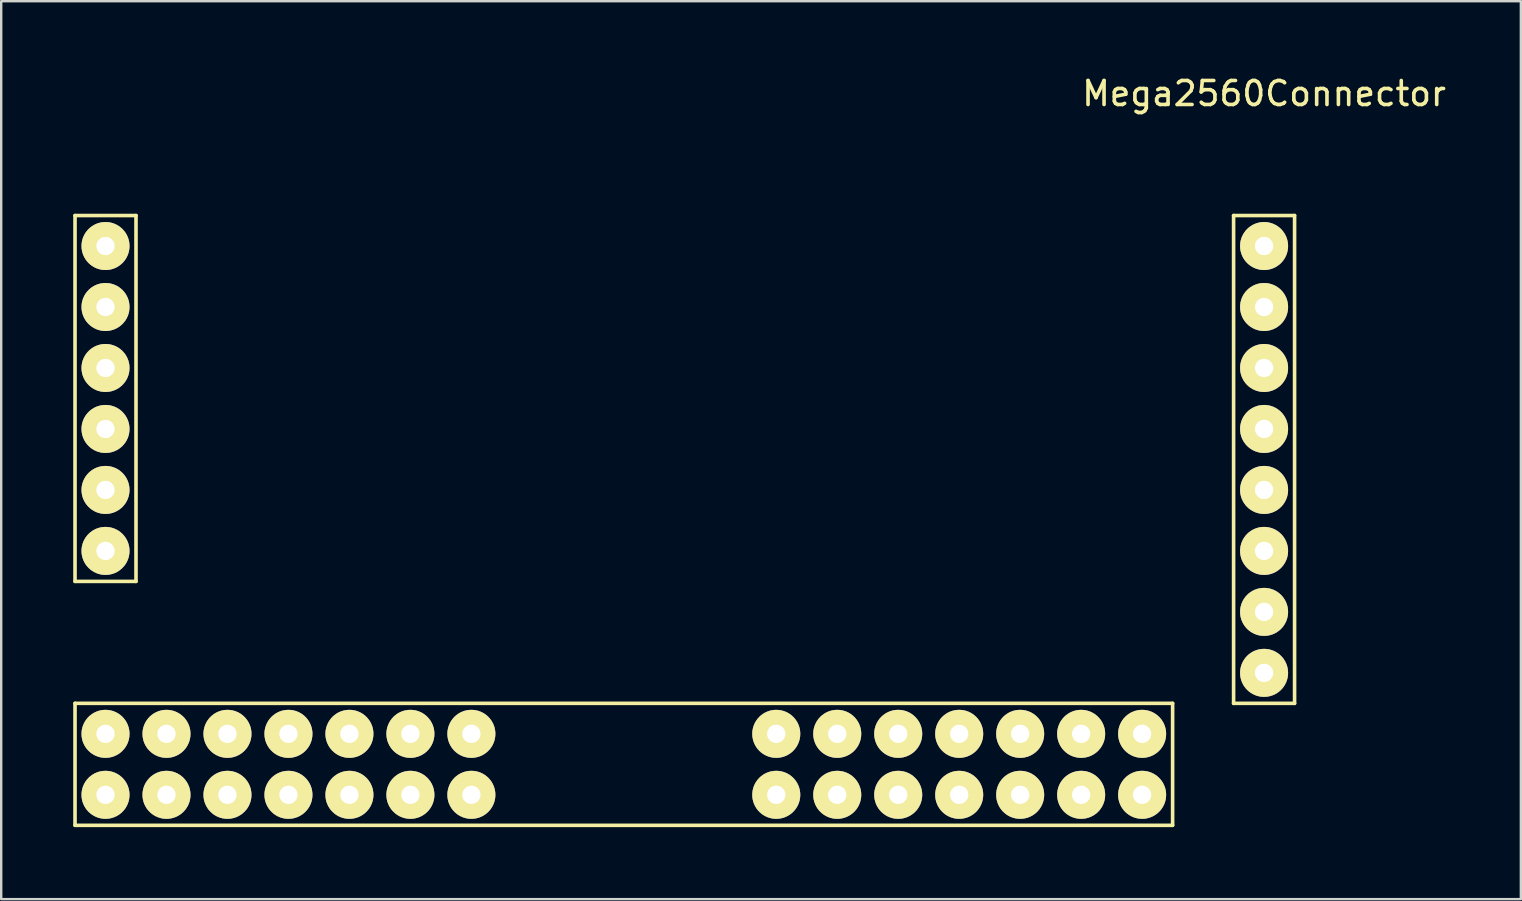
<source format=kicad_pcb>
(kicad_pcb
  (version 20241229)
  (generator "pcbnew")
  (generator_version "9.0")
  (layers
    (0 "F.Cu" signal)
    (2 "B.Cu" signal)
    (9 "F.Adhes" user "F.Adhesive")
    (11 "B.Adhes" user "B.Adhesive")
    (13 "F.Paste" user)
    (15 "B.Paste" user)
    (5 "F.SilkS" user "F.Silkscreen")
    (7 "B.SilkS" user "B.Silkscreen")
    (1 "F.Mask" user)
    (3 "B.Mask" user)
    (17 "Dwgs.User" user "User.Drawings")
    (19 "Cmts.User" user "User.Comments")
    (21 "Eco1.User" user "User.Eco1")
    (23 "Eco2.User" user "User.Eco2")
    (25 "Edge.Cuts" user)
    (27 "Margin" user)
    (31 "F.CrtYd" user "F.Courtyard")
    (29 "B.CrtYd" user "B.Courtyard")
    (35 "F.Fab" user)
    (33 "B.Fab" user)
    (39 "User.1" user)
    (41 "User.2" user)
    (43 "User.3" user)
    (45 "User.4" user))
  (footprint "Mega2560Connector"
    (layer "F.Cu")
    (at 35.635 19.898)
    (property "Reference" "Mega2560Connector" (at 13.97 -19.05 0) (layer "F.SilkS") (effects (font (size 1 1) (thickness 0.15))))
    (attr through_hole)
    (fp_line (start -35.56 -13.97) (end -35.56 1.27) (stroke (width 0.15) (type solid)) (layer "F.SilkS"))
    (fp_line (start -35.56 6.35) (end 10.16 6.35) (stroke (width 0.15) (type solid)) (layer "F.SilkS"))
    (fp_line (start -35.56 11.43) (end -35.56 6.35) (stroke (width 0.15) (type solid)) (layer "F.SilkS"))
    (fp_line (start -33.02 -13.97) (end -35.56 -13.97) (stroke (width 0.15) (type solid)) (layer "F.SilkS"))
    (fp_line (start -33.02 1.27) (end -35.56 1.27) (stroke (width 0.15) (type solid)) (layer "F.SilkS"))
    (fp_line (start -33.02 1.27) (end -33.02 -13.97) (stroke (width 0.15) (type solid)) (layer "F.SilkS"))
    (fp_line (start 10.16 6.35) (end 10.16 11.43) (stroke (width 0.15) (type solid)) (layer "F.SilkS"))
    (fp_line (start 10.16 11.43) (end -35.56 11.43) (stroke (width 0.15) (type solid)) (layer "F.SilkS"))
    (fp_line (start 12.7 -13.97) (end 15.24 -13.97) (stroke (width 0.15) (type solid)) (layer "F.SilkS"))
    (fp_line (start 12.7 6.35) (end 12.7 -13.97) (stroke (width 0.15) (type solid)) (layer "F.SilkS"))
    (fp_line (start 15.24 -13.97) (end 15.24 6.35) (stroke (width 0.15) (type solid)) (layer "F.SilkS"))
    (fp_line (start 15.24 6.35) (end 12.7 6.35) (stroke (width 0.15) (type solid)) (layer "F.SilkS"))
    (pad "5v" thru_hole circle (at -34.29 7.62 180) (size 2 2) (drill 0.762) (layers "*.Cu" "*.Mask" "F.SilkS"))
    (pad "5v" thru_hole circle (at -34.29 10.16 180) (size 2 2) (drill 0.762) (layers "*.Cu" "*.Mask" "F.SilkS"))
    (pad "16" thru_hole circle (at -34.29 -12.7 180) (size 2 2) (drill 0.762) (layers "*.Cu" "*.Mask" "F.SilkS"))
    (pad "17" thru_hole circle (at -34.29 -10.16 180) (size 2 2) (drill 0.762) (layers "*.Cu" "*.Mask" "F.SilkS"))
    (pad "18" thru_hole circle (at -34.29 -7.62 180) (size 2 2) (drill 0.762) (layers "*.Cu" "*.Mask" "F.SilkS"))
    (pad "19" thru_hole circle (at -34.29 -5.08 180) (size 2 2) (drill 0.762) (layers "*.Cu" "*.Mask" "F.SilkS"))
    (pad "20" thru_hole circle (at -34.29 -2.54 180) (size 2 2) (drill 0.762) (layers "*.Cu" "*.Mask" "F.SilkS"))
    (pad "21" thru_hole circle (at -34.29 0 180) (size 2 2) (drill 0.762) (layers "*.Cu" "*.Mask" "F.SilkS"))
    (pad "22" thru_hole circle (at -31.75 7.62 180) (size 2 2) (drill 0.762) (layers "*.Cu" "*.Mask" "F.SilkS"))
    (pad "23" thru_hole circle (at -31.75 10.16 180) (size 2 2) (drill 0.762) (layers "*.Cu" "*.Mask" "F.SilkS"))
    (pad "24" thru_hole circle (at -29.21 7.62 180) (size 2 2) (drill 0.762) (layers "*.Cu" "*.Mask" "F.SilkS"))
    (pad "25" thru_hole circle (at -29.21 10.16 180) (size 2 2) (drill 0.762) (layers "*.Cu" "*.Mask" "F.SilkS"))
    (pad "26" thru_hole circle (at -26.67 7.62 180) (size 2 2) (drill 0.762) (layers "*.Cu" "*.Mask" "F.SilkS"))
    (pad "27" thru_hole circle (at -26.67 10.16 180) (size 2 2) (drill 0.762) (layers "*.Cu" "*.Mask" "F.SilkS"))
    (pad "28" thru_hole circle (at -24.13 7.62 180) (size 2 2) (drill 0.762) (layers "*.Cu" "*.Mask" "F.SilkS"))
    (pad "29" thru_hole circle (at -24.13 10.16 180) (size 2 2) (drill 0.762) (layers "*.Cu" "*.Mask" "F.SilkS"))
    (pad "30" thru_hole circle (at -21.59 7.62 180) (size 2 2) (drill 0.762) (layers "*.Cu" "*.Mask" "F.SilkS"))
    (pad "31" thru_hole circle (at -21.59 10.16 180) (size 2 2) (drill 0.762) (layers "*.Cu" "*.Mask" "F.SilkS"))
    (pad "32" thru_hole circle (at -19.05 7.62 180) (size 2 2) (drill 0.762) (layers "*.Cu" "*.Mask" "F.SilkS"))
    (pad "33" thru_hole circle (at -19.05 10.16 180) (size 2 2) (drill 0.762) (layers "*.Cu" "*.Mask" "F.SilkS"))
    (pad "42" thru_hole circle (at -6.35 7.62 180) (size 2 2) (drill 0.762) (layers "*.Cu" "*.Mask" "F.SilkS"))
    (pad "43" thru_hole circle (at -6.35 10.16 180) (size 2 2) (drill 0.762) (layers "*.Cu" "*.Mask" "F.SilkS"))
    (pad "44" thru_hole circle (at -3.81 7.62 180) (size 2 2) (drill 0.762) (layers "*.Cu" "*.Mask" "F.SilkS"))
    (pad "45" thru_hole circle (at -3.81 10.16 180) (size 2 2) (drill 0.762) (layers "*.Cu" "*.Mask" "F.SilkS"))
    (pad "46" thru_hole circle (at -1.27 7.62 180) (size 2 2) (drill 0.762) (layers "*.Cu" "*.Mask" "F.SilkS"))
    (pad "47" thru_hole circle (at -1.27 10.16 180) (size 2 2) (drill 0.762) (layers "*.Cu" "*.Mask" "F.SilkS"))
    (pad "48" thru_hole circle (at 1.27 7.62 180) (size 2 2) (drill 0.762) (layers "*.Cu" "*.Mask" "F.SilkS"))
    (pad "49" thru_hole circle (at 1.27 10.16 180) (size 2 2) (drill 0.762) (layers "*.Cu" "*.Mask" "F.SilkS"))
    (pad "50" thru_hole circle (at 3.81 7.62 180) (size 2 2) (drill 0.762) (layers "*.Cu" "*.Mask" "F.SilkS"))
    (pad "51" thru_hole circle (at 3.81 10.16 180) (size 2 2) (drill 0.762) (layers "*.Cu" "*.Mask" "F.SilkS"))
    (pad "52" thru_hole circle (at 6.35 7.62 180) (size 2 2) (drill 0.762) (layers "*.Cu" "*.Mask" "F.SilkS"))
    (pad "53" thru_hole circle (at 6.35 10.16 180) (size 2 2) (drill 0.762) (layers "*.Cu" "*.Mask" "F.SilkS"))
    (pad "A8" thru_hole circle (at 13.97 -12.7 180) (size 2 2) (drill 0.762) (layers "*.Cu" "*.Mask" "F.SilkS"))
    (pad "A9" thru_hole circle (at 13.97 -10.16 180) (size 2 2) (drill 0.762) (layers "*.Cu" "*.Mask" "F.SilkS"))
    (pad "A10" thru_hole circle (at 13.97 -7.62 180) (size 2 2) (drill 0.762) (layers "*.Cu" "*.Mask" "F.SilkS"))
    (pad "A11" thru_hole circle (at 13.97 -5.08 180) (size 2 2) (drill 0.762) (layers "*.Cu" "*.Mask" "F.SilkS"))
    (pad "A12" thru_hole circle (at 13.97 -2.54 180) (size 2 2) (drill 0.762) (layers "*.Cu" "*.Mask" "F.SilkS"))
    (pad "A13" thru_hole circle (at 13.97 0 180) (size 2 2) (drill 0.762) (layers "*.Cu" "*.Mask" "F.SilkS"))
    (pad "A14" thru_hole circle (at 13.97 2.54 180) (size 2 2) (drill 0.762) (layers "*.Cu" "*.Mask" "F.SilkS"))
    (pad "A15" thru_hole circle (at 13.97 5.08 180) (size 2 2) (drill 0.762) (layers "*.Cu" "*.Mask" "F.SilkS"))
    (pad "GND" thru_hole circle (at 8.89 7.62 180) (size 2 2) (drill 0.762) (layers "*.Cu" "*.Mask" "F.SilkS"))
    (pad "GND" thru_hole circle (at 8.89 10.16 180) (size 2 2) (drill 0.762) (layers "*.Cu" "*.Mask" "F.SilkS")))
  (gr_rect
    (start -3 -3)
    (end 60.301 34.403)
    (stroke (width 0.1) (type default))
    (fill no)
    (layer "Edge.Cuts")))
</source>
